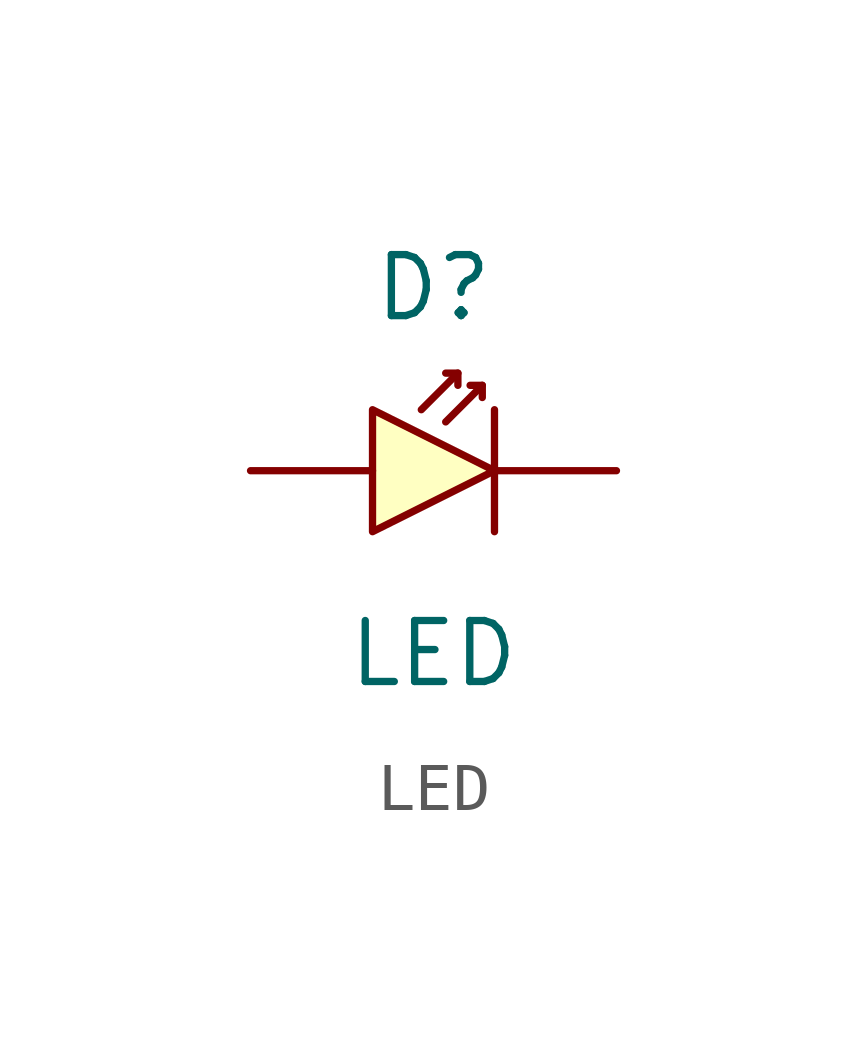
<source format=kicad_sym>
(kicad_symbol_lib
  (version 20220914)
  (generator kicad_symbol_editor)
  (symbol "LED"
    (pin_numbers hide)
    (pin_names hide)
    (property "Reference" "D"
      (at 0 3.81 0)
      (effects (font (size 1.27 1.27))))
    (property "Value" "LED"
      (at 0 -3.81 0)
      (effects (font (size 1.27 1.27))))
    (symbol "LED_1_1"
      (polyline (pts (xy -0.254 1.27) (xy 0.508 2.032)) (stroke (width 0) (type default)) (fill (type none)))
      (polyline (pts (xy 1.016 1.778) (xy 0.254 1.016)) (stroke (width 0) (type default)) (fill (type none)))
      (polyline (pts (xy 1.27 1.27) (xy 1.27 -1.27)) (stroke (width 0) (type default)) (fill (type none)))
      (polyline (pts (xy 0.508 1.778) (xy 0.508 2.032) (xy 0.254 2.032)) (stroke (width 0) (type default)) (fill (type none)))
      (polyline (pts (xy 0.762 1.778) (xy 1.016 1.778) (xy 1.016 1.524)) (stroke (width 0) (type default)) (fill (type none)))
      (polyline (pts (xy 1.27 0) (xy -1.27 1.27) (xy -1.27 -1.27) (xy 1.27 0)) (stroke (width 0) (type default)) (fill (type background)))
      (pin passive line (at -3.81 0 0) (length 2.54) (name "A" (effects (font (size 1.27 1.27)))) (number "1" (effects (font (size 1.27 1.27)))))
      (pin passive line (at 3.81 0 180) (length 2.54) (name "K" (effects (font (size 1.27 1.27)))) (number "2" (effects (font (size 1.27 1.27))))))))
</source>
